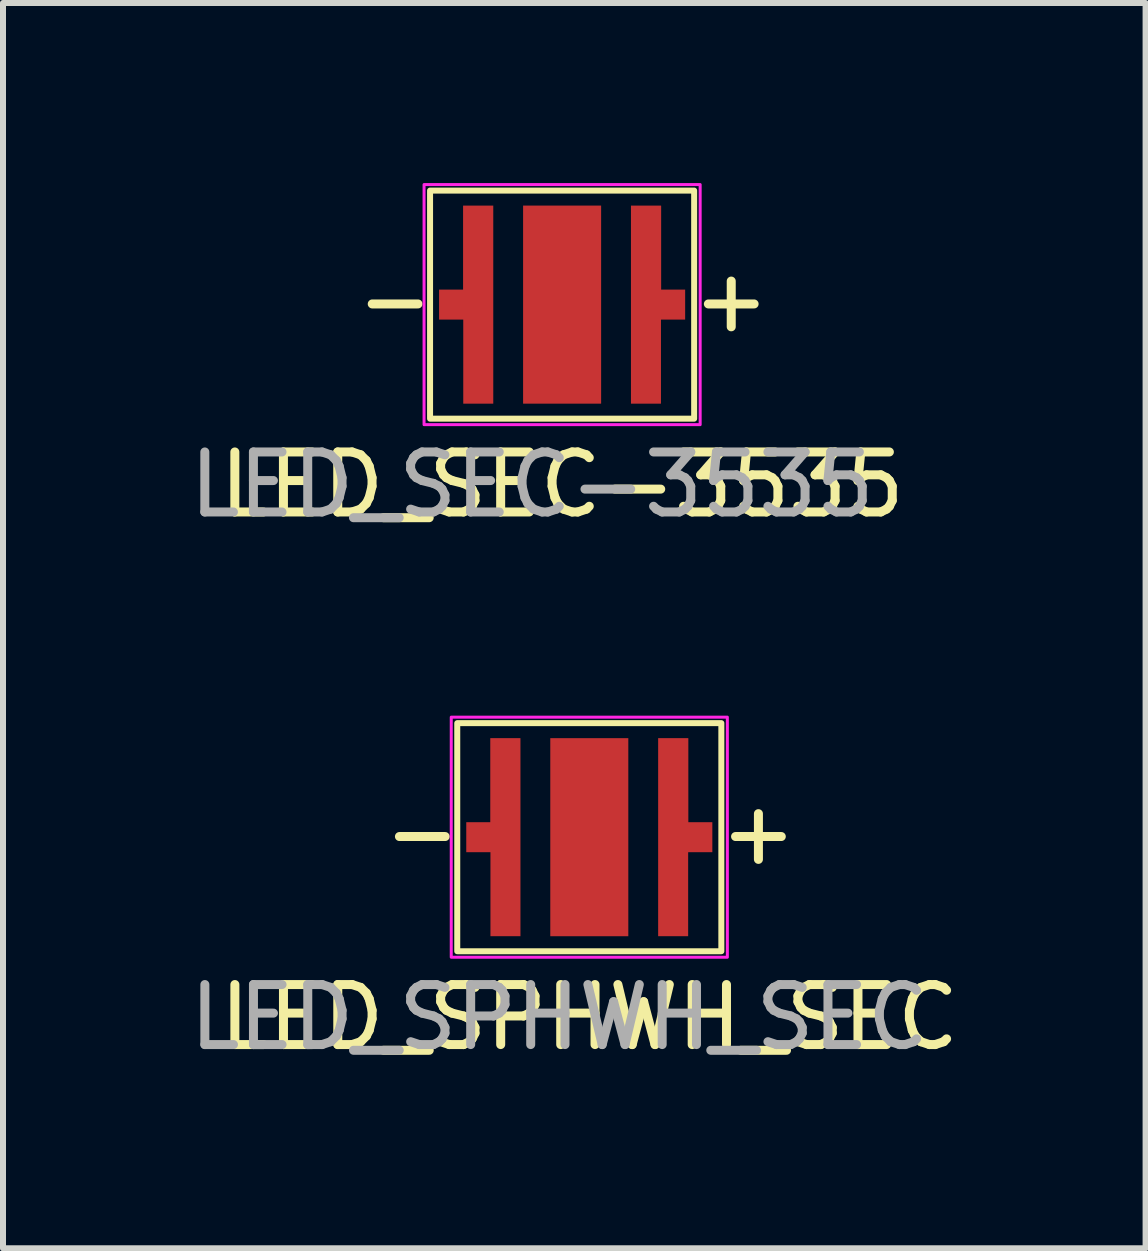
<source format=kicad_pcb>
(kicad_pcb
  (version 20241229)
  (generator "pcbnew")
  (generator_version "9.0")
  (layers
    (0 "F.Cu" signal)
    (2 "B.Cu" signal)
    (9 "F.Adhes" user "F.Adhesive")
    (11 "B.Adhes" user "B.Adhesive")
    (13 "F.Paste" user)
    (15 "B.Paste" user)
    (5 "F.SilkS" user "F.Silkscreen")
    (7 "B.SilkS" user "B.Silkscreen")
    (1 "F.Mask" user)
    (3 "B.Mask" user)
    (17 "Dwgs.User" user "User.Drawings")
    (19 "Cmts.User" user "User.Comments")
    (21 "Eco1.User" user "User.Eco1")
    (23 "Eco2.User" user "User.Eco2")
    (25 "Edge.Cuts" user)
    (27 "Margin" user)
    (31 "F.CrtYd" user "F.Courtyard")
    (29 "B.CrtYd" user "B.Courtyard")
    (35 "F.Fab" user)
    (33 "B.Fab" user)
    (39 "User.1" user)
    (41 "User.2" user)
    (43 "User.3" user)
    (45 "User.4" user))
  (footprint "LED_SPHWH_SEC"
    (layer "F.Cu")
    (at 6.768 10.898)
    (property "Reference" "LED_SPHWH_SEC" (at 0 3 0) (unlocked yes) (layer "F.SilkS") (effects (font (size 1 1) (thickness 0.15))))
    (attr smd)
    (fp_rect (start -2.2 -1.9) (end 2.2 1.9) (stroke (width 0.1) (type default)) (fill no) (layer "F.SilkS"))
    (fp_poly (pts (xy -0.548 -1.551) (xy -0.548 -0.1) (xy 0.548 -0.1) (xy 0.548 -1.551)) (stroke (width 0) (type solid)) (fill yes) (layer "F.Paste"))
    (fp_poly (pts (xy -0.548 0.1) (xy -0.548 1.551) (xy 0.548 1.551) (xy 0.548 0.1)) (stroke (width 0) (type solid)) (fill yes) (layer "F.Paste"))
    (fp_rect (start -2.3 -2) (end 2.3 2) (stroke (width 0.05) (type default)) (fill no) (layer "F.CrtYd"))
    (fp_text user "-" (at -3.5 0.5 0) (unlocked yes) (layer "F.SilkS") (effects (font (size 1 1) (thickness 0.15)) (justify left bottom)))
    (fp_text user "+" (at 2.1 0.5 0) (unlocked yes) (layer "F.SilkS") (effects (font (size 1 1) (thickness 0.15)) (justify left bottom)))
    (fp_text user "${REFERENCE}" (at -0.5 3 0) (unlocked yes) (layer "F.Fab") (effects (font (size 1 1) (thickness 0.15))))
    (pad "1" smd custom (at -1.397 0) (size 0.5 3.3) (layers "F.Cu" "F.Mask" "F.Paste") (options (anchor rect)) (primitives (gr_poly (pts (xy 0.25 -1.65) (xy -0.25 -1.65) (xy -0.253 -1.647) (xy -0.253 -0.25) (xy -0.653 -0.25) (xy -0.653 0.25) (xy -0.203 0.25) (xy -0.25 0.203) (xy -0.25 1.65) (xy 0.25 1.65)) (width 0) (fill yes))))
    (pad "2" smd custom (at 1.397 0) (size 0.5 3.3) (layers "F.Cu" "F.Mask" "F.Paste") (options (anchor rect)) (primitives (gr_poly (pts (xy -0.25 -1.65) (xy 0.25 -1.65) (xy 0.253 -1.647) (xy 0.253 -0.25) (xy 0.653 -0.25) (xy 0.653 0.25) (xy 0.253 0.25) (xy 0.25 0.253) (xy 0.25 1.65) (xy -0.25 1.65)) (width 0) (fill yes))))
    (pad "3" smd rect (at 0 0) (size 1.3 3.3) (layers "F.Cu" "F.Mask" "F.Paste")))
  (footprint "LED_SEC-3535"
    (layer "F.Cu")
    (at 6.315 2.025)
    (property "Reference" "LED_SEC-3535" (at 0 3 0) (unlocked yes) (layer "F.SilkS") (effects (font (size 1 1) (thickness 0.15))))
    (attr smd)
    (fp_rect (start -2.2 -1.9) (end 2.2 1.9) (stroke (width 0.1) (type default)) (fill no) (layer "F.SilkS"))
    (fp_poly (pts (xy -0.548 -1.551) (xy -0.548 -0.1) (xy 0.548 -0.1) (xy 0.548 -1.551)) (stroke (width 0) (type solid)) (fill yes) (layer "F.Paste"))
    (fp_poly (pts (xy -0.548 0.1) (xy -0.548 1.551) (xy 0.548 1.551) (xy 0.548 0.1)) (stroke (width 0) (type solid)) (fill yes) (layer "F.Paste"))
    (fp_rect (start -2.3 -2) (end 2.3 2) (stroke (width 0.05) (type default)) (fill no) (layer "F.CrtYd"))
    (fp_text user "+" (at 2.1 0.5 0) (unlocked yes) (layer "F.SilkS") (effects (font (size 1 1) (thickness 0.15)) (justify left bottom)))
    (fp_text user "-" (at -3.5 0.5 0) (unlocked yes) (layer "F.SilkS") (effects (font (size 1 1) (thickness 0.15)) (justify left bottom)))
    (fp_text user "${REFERENCE}" (at -0.5 3 0) (unlocked yes) (layer "F.Fab") (effects (font (size 1 1) (thickness 0.15))))
    (pad "1" smd custom (at -1.397 0) (size 0.5 3.3) (layers "F.Cu" "F.Mask" "F.Paste") (options (anchor rect)) (primitives (gr_poly (pts (xy 0.25 -1.65) (xy -0.25 -1.65) (xy -0.253 -1.647) (xy -0.253 -0.25) (xy -0.653 -0.25) (xy -0.653 0.25) (xy -0.203 0.25) (xy -0.25 0.203) (xy -0.25 1.65) (xy 0.25 1.65)) (width 0) (fill yes))))
    (pad "2" smd custom (at 1.397 0) (size 0.5 3.3) (layers "F.Cu" "F.Mask" "F.Paste") (options (anchor rect)) (primitives (gr_poly (pts (xy -0.25 -1.65) (xy 0.25 -1.65) (xy 0.253 -1.647) (xy 0.253 -0.25) (xy 0.653 -0.25) (xy 0.653 0.25) (xy 0.253 0.25) (xy 0.25 0.253) (xy 0.25 1.65) (xy -0.25 1.65)) (width 0) (fill yes))))
    (pad "3" smd rect (at 0 0) (size 1.3 3.3) (property pad_prop_heatsink) (layers "F.Cu" "F.Mask" "F.Paste")))
  (gr_rect
    (start -3 -3)
    (end 16.036 17.747)
    (stroke (width 0.1) (type default))
    (fill no)
    (layer "Edge.Cuts")))
</source>
